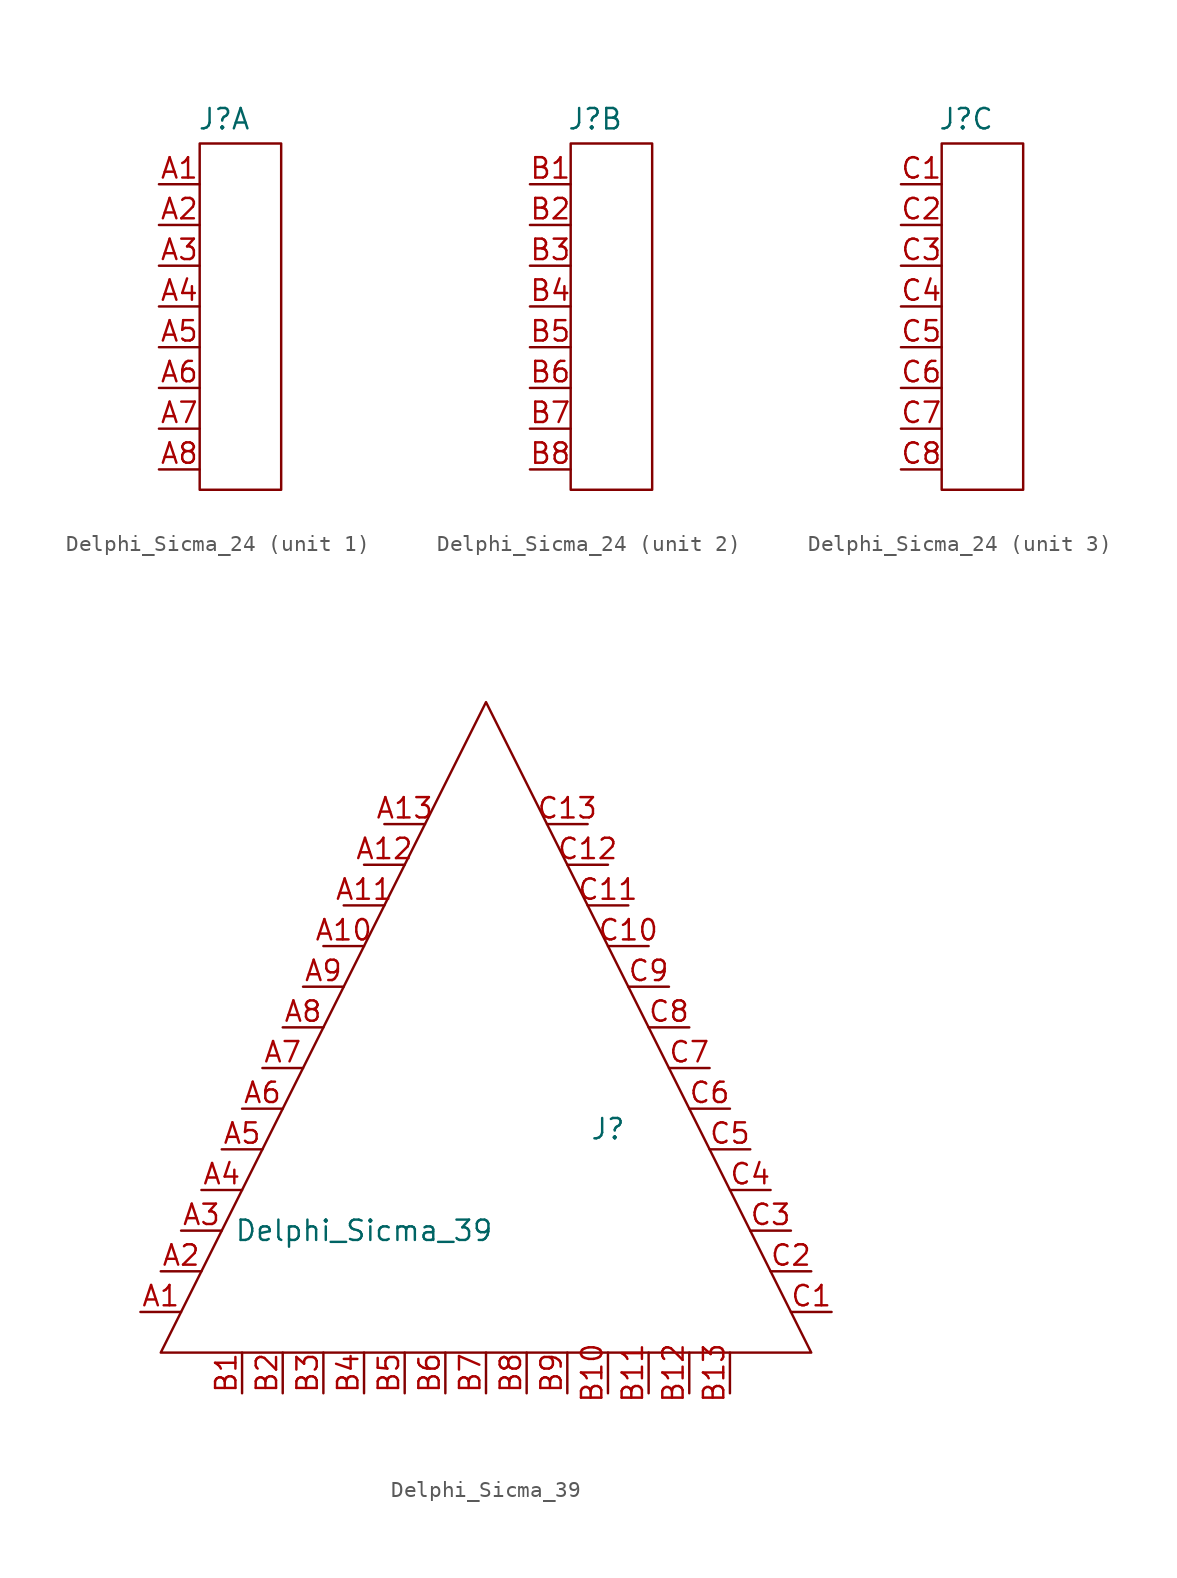
<source format=kicad_sym>
(kicad_symbol_lib
  (version 20241209)
  (generator "kicad_symbol_editor")
  (generator_version "9.0")
  (symbol "Delphi_Sicma_24"
    (pin_names
      (offset 1.016))
    (property "Reference" "J"
      (at -1.016 12.954 0)
      (effects (font (size 1.27 1.27))))
    (symbol "Delphi_Sicma_24_1_1"
      (rectangle (start -2.54 11.43) (end 2.54 -10.16) (stroke (width 0) (type default)) (fill (type none)))
      (pin passive line (at -5.08 8.89 0) (length 2.54) (name "~" (effects (font (size 1.27 1.27)))) (number "A1" (effects (font (size 1.27 1.27)))))
      (pin passive line (at -5.08 6.35 0) (length 2.54) (name "~" (effects (font (size 1.27 1.27)))) (number "A2" (effects (font (size 1.27 1.27)))))
      (pin passive line (at -5.08 3.81 0) (length 2.54) (name "~" (effects (font (size 1.27 1.27)))) (number "A3" (effects (font (size 1.27 1.27)))))
      (pin passive line (at -5.08 1.27 0) (length 2.54) (name "~" (effects (font (size 1.27 1.27)))) (number "A4" (effects (font (size 1.27 1.27)))))
      (pin passive line (at -5.08 -1.27 0) (length 2.54) (name "~" (effects (font (size 1.27 1.27)))) (number "A5" (effects (font (size 1.27 1.27)))))
      (pin passive line (at -5.08 -3.81 0) (length 2.54) (name "~" (effects (font (size 1.27 1.27)))) (number "A6" (effects (font (size 1.27 1.27)))))
      (pin passive line (at -5.08 -6.35 0) (length 2.54) (name "~" (effects (font (size 1.27 1.27)))) (number "A7" (effects (font (size 1.27 1.27)))))
      (pin passive line (at -5.08 -8.89 0) (length 2.54) (name "~" (effects (font (size 1.27 1.27)))) (number "A8" (effects (font (size 1.27 1.27))))))
    (symbol "Delphi_Sicma_24_2_1"
      (rectangle (start -2.54 11.43) (end 2.54 -10.16) (stroke (width 0) (type default)) (fill (type none)))
      (pin passive line (at -5.08 8.89 0) (length 2.54) (name "~" (effects (font (size 1.27 1.27)))) (number "B1" (effects (font (size 1.27 1.27)))))
      (pin passive line (at -5.08 6.35 0) (length 2.54) (name "~" (effects (font (size 1.27 1.27)))) (number "B2" (effects (font (size 1.27 1.27)))))
      (pin passive line (at -5.08 3.81 0) (length 2.54) (name "~" (effects (font (size 1.27 1.27)))) (number "B3" (effects (font (size 1.27 1.27)))))
      (pin passive line (at -5.08 1.27 0) (length 2.54) (name "~" (effects (font (size 1.27 1.27)))) (number "B4" (effects (font (size 1.27 1.27)))))
      (pin passive line (at -5.08 -1.27 0) (length 2.54) (name "~" (effects (font (size 1.27 1.27)))) (number "B5" (effects (font (size 1.27 1.27)))))
      (pin passive line (at -5.08 -3.81 0) (length 2.54) (name "~" (effects (font (size 1.27 1.27)))) (number "B6" (effects (font (size 1.27 1.27)))))
      (pin passive line (at -5.08 -6.35 0) (length 2.54) (name "~" (effects (font (size 1.27 1.27)))) (number "B7" (effects (font (size 1.27 1.27)))))
      (pin passive line (at -5.08 -8.89 0) (length 2.54) (name "~" (effects (font (size 1.27 1.27)))) (number "B8" (effects (font (size 1.27 1.27))))))
    (symbol "Delphi_Sicma_24_3_1"
      (rectangle (start -2.54 11.43) (end 2.54 -10.16) (stroke (width 0) (type default)) (fill (type none)))
      (pin passive line (at -5.08 8.89 0) (length 2.54) (name "~" (effects (font (size 1.27 1.27)))) (number "C1" (effects (font (size 1.27 1.27)))))
      (pin passive line (at -5.08 6.35 0) (length 2.54) (name "~" (effects (font (size 1.27 1.27)))) (number "C2" (effects (font (size 1.27 1.27)))))
      (pin passive line (at -5.08 3.81 0) (length 2.54) (name "~" (effects (font (size 1.27 1.27)))) (number "C3" (effects (font (size 1.27 1.27)))))
      (pin passive line (at -5.08 1.27 0) (length 2.54) (name "~" (effects (font (size 1.27 1.27)))) (number "C4" (effects (font (size 1.27 1.27)))))
      (pin passive line (at -5.08 -1.27 0) (length 2.54) (name "~" (effects (font (size 1.27 1.27)))) (number "C5" (effects (font (size 1.27 1.27)))))
      (pin passive line (at -5.08 -3.81 0) (length 2.54) (name "~" (effects (font (size 1.27 1.27)))) (number "C6" (effects (font (size 1.27 1.27)))))
      (pin passive line (at -5.08 -6.35 0) (length 2.54) (name "~" (effects (font (size 1.27 1.27)))) (number "C7" (effects (font (size 1.27 1.27)))))
      (pin passive line (at -5.08 -8.89 0) (length 2.54) (name "~" (effects (font (size 1.27 1.27)))) (number "C8" (effects (font (size 1.27 1.27)))))))
  (symbol "Delphi_Sicma_39"
    (pin_names
      (offset 1.016))
    (property "Reference" "J"
      (at 7.62 0 0)
      (effects (font (size 1.27 1.27))))
    (property "Value" "Delphi_Sicma_39"
      (at -7.62 -6.35 0)
      (effects (font (size 1.27 1.27))))
    (symbol "Delphi_Sicma_39_0_1"
      (polyline (pts (xy 20.32 -13.97) (xy -20.32 -13.97) (xy 0 26.67) (xy 20.32 -13.97)) (stroke (width 0) (type solid)) (fill (type none))))
    (symbol "Delphi_Sicma_39_1_1"
      (pin passive line (at -21.59 -11.43 0) (length 2.54) (name "~" (effects (font (size 1.27 1.27)))) (number "A1" (effects (font (size 1.27 1.27)))))
      (pin passive line (at -20.32 -8.89 0) (length 2.54) (name "~" (effects (font (size 1.27 1.27)))) (number "A2" (effects (font (size 1.27 1.27)))))
      (pin passive line (at -19.05 -6.35 0) (length 2.54) (name "~" (effects (font (size 1.27 1.27)))) (number "A3" (effects (font (size 1.27 1.27)))))
      (pin passive line (at -17.78 -3.81 0) (length 2.54) (name "~" (effects (font (size 1.27 1.27)))) (number "A4" (effects (font (size 1.27 1.27)))))
      (pin passive line (at -16.51 -1.27 0) (length 2.54) (name "~" (effects (font (size 1.27 1.27)))) (number "A5" (effects (font (size 1.27 1.27)))))
      (pin passive line (at -15.24 1.27 0) (length 2.54) (name "~" (effects (font (size 1.27 1.27)))) (number "A6" (effects (font (size 1.27 1.27)))))
      (pin passive line (at -15.24 -16.51 90) (length 2.54) (name "~" (effects (font (size 1.27 1.27)))) (number "B1" (effects (font (size 1.27 1.27)))))
      (pin passive line (at -13.97 3.81 0) (length 2.54) (name "~" (effects (font (size 1.27 1.27)))) (number "A7" (effects (font (size 1.27 1.27)))))
      (pin passive line (at -12.7 6.35 0) (length 2.54) (name "~" (effects (font (size 1.27 1.27)))) (number "A8" (effects (font (size 1.27 1.27)))))
      (pin passive line (at -12.7 -16.51 90) (length 2.54) (name "~" (effects (font (size 1.27 1.27)))) (number "B2" (effects (font (size 1.27 1.27)))))
      (pin passive line (at -11.43 8.89 0) (length 2.54) (name "~" (effects (font (size 1.27 1.27)))) (number "A9" (effects (font (size 1.27 1.27)))))
      (pin passive line (at -10.16 11.43 0) (length 2.54) (name "~" (effects (font (size 1.27 1.27)))) (number "A10" (effects (font (size 1.27 1.27)))))
      (pin passive line (at -10.16 -16.51 90) (length 2.54) (name "~" (effects (font (size 1.27 1.27)))) (number "B3" (effects (font (size 1.27 1.27)))))
      (pin passive line (at -8.89 13.97 0) (length 2.54) (name "~" (effects (font (size 1.27 1.27)))) (number "A11" (effects (font (size 1.27 1.27)))))
      (pin passive line (at -7.62 16.51 0) (length 2.54) (name "~" (effects (font (size 1.27 1.27)))) (number "A12" (effects (font (size 1.27 1.27)))))
      (pin passive line (at -7.62 -16.51 90) (length 2.54) (name "~" (effects (font (size 1.27 1.27)))) (number "B4" (effects (font (size 1.27 1.27)))))
      (pin passive line (at -6.35 19.05 0) (length 2.54) (name "~" (effects (font (size 1.27 1.27)))) (number "A13" (effects (font (size 1.27 1.27)))))
      (pin passive line (at -5.08 -16.51 90) (length 2.54) (name "~" (effects (font (size 1.27 1.27)))) (number "B5" (effects (font (size 1.27 1.27)))))
      (pin passive line (at -2.54 -16.51 90) (length 2.54) (name "~" (effects (font (size 1.27 1.27)))) (number "B6" (effects (font (size 1.27 1.27)))))
      (pin passive line (at 0 -16.51 90) (length 2.54) (name "~" (effects (font (size 1.27 1.27)))) (number "B7" (effects (font (size 1.27 1.27)))))
      (pin passive line (at 2.54 -16.51 90) (length 2.54) (name "~" (effects (font (size 1.27 1.27)))) (number "B8" (effects (font (size 1.27 1.27)))))
      (pin passive line (at 5.08 -16.51 90) (length 2.54) (name "~" (effects (font (size 1.27 1.27)))) (number "B9" (effects (font (size 1.27 1.27)))))
      (pin passive line (at 6.35 19.05 180) (length 2.54) (name "~" (effects (font (size 1.27 1.27)))) (number "C13" (effects (font (size 1.27 1.27)))))
      (pin passive line (at 7.62 16.51 180) (length 2.54) (name "~" (effects (font (size 1.27 1.27)))) (number "C12" (effects (font (size 1.27 1.27)))))
      (pin passive line (at 7.62 -16.51 90) (length 2.54) (name "~" (effects (font (size 1.27 1.27)))) (number "B10" (effects (font (size 1.27 1.27)))))
      (pin passive line (at 8.89 13.97 180) (length 2.54) (name "~" (effects (font (size 1.27 1.27)))) (number "C11" (effects (font (size 1.27 1.27)))))
      (pin passive line (at 10.16 11.43 180) (length 2.54) (name "~" (effects (font (size 1.27 1.27)))) (number "C10" (effects (font (size 1.27 1.27)))))
      (pin passive line (at 10.16 -16.51 90) (length 2.54) (name "~" (effects (font (size 1.27 1.27)))) (number "B11" (effects (font (size 1.27 1.27)))))
      (pin passive line (at 11.43 8.89 180) (length 2.54) (name "~" (effects (font (size 1.27 1.27)))) (number "C9" (effects (font (size 1.27 1.27)))))
      (pin passive line (at 12.7 6.35 180) (length 2.54) (name "~" (effects (font (size 1.27 1.27)))) (number "C8" (effects (font (size 1.27 1.27)))))
      (pin passive line (at 12.7 -16.51 90) (length 2.54) (name "~" (effects (font (size 1.27 1.27)))) (number "B12" (effects (font (size 1.27 1.27)))))
      (pin passive line (at 13.97 3.81 180) (length 2.54) (name "~" (effects (font (size 1.27 1.27)))) (number "C7" (effects (font (size 1.27 1.27)))))
      (pin passive line (at 15.24 1.27 180) (length 2.54) (name "~" (effects (font (size 1.27 1.27)))) (number "C6" (effects (font (size 1.27 1.27)))))
      (pin passive line (at 15.24 -16.51 90) (length 2.54) (name "~" (effects (font (size 1.27 1.27)))) (number "B13" (effects (font (size 1.27 1.27)))))
      (pin passive line (at 16.51 -1.27 180) (length 2.54) (name "~" (effects (font (size 1.27 1.27)))) (number "C5" (effects (font (size 1.27 1.27)))))
      (pin passive line (at 17.78 -3.81 180) (length 2.54) (name "~" (effects (font (size 1.27 1.27)))) (number "C4" (effects (font (size 1.27 1.27)))))
      (pin passive line (at 19.05 -6.35 180) (length 2.54) (name "~" (effects (font (size 1.27 1.27)))) (number "C3" (effects (font (size 1.27 1.27)))))
      (pin passive line (at 20.32 -8.89 180) (length 2.54) (name "~" (effects (font (size 1.27 1.27)))) (number "C2" (effects (font (size 1.27 1.27)))))
      (pin passive line (at 21.59 -11.43 180) (length 2.54) (name "~" (effects (font (size 1.27 1.27)))) (number "C1" (effects (font (size 1.27 1.27))))))))
</source>
